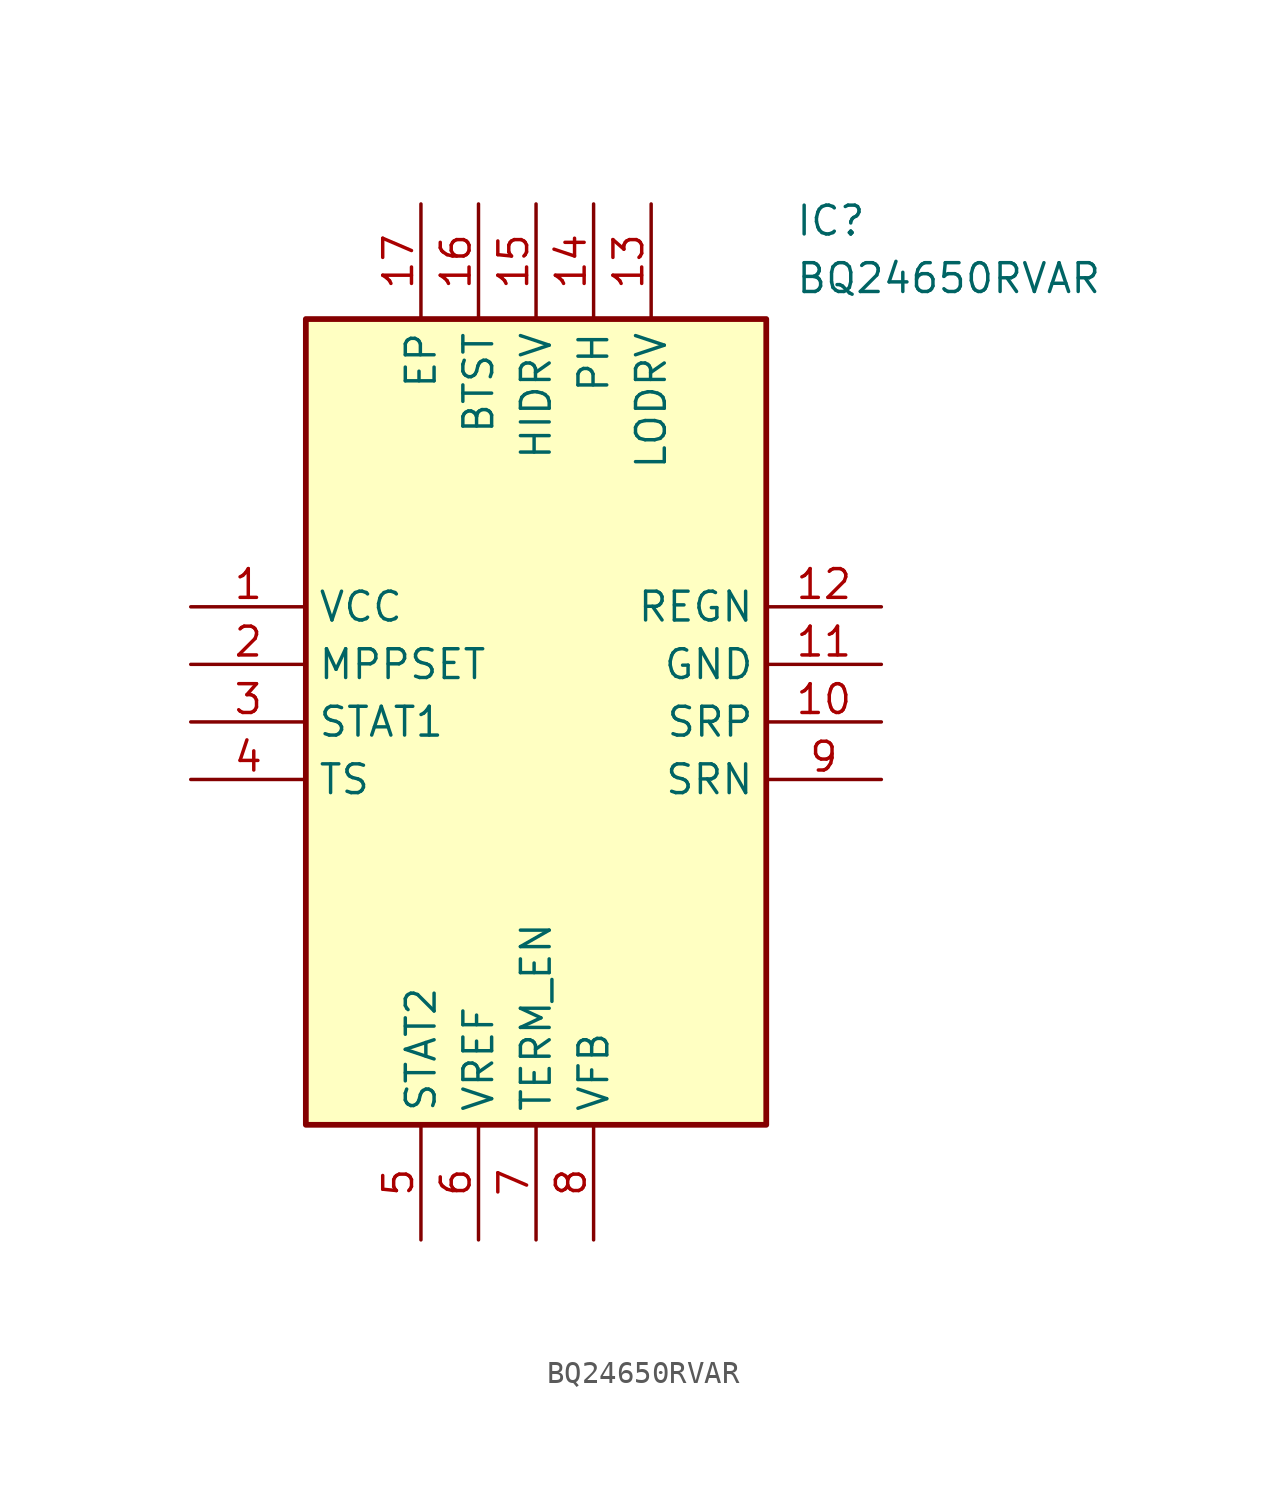
<source format=kicad_sym>
(kicad_symbol_lib
  (version 20211014)
  (generator SamacSys_ECAD_Model)
  (symbol "BQ24650RVAR"
    (property "Reference" "IC"
      (at 26.67 17.78 0)
      (effects (font (size 1.27 1.27)) (justify left top)))
    (property "Value" "BQ24650RVAR"
      (at 26.67 15.24 0)
      (effects (font (size 1.27 1.27)) (justify left top)))
    (rectangle
      (start 5.08 12.7)
      (end 25.4 -22.86)
      (stroke (width 0.254) (type default))
      (fill (type background)))
    (pin passive line
      (at 0 0 0)
      (length 5.08)
      (name "VCC" (effects (font (size 1.27 1.27))))
      (number "1" (effects (font (size 1.27 1.27)))))
    (pin passive line
      (at 0 -2.54 0)
      (length 5.08)
      (name "MPPSET" (effects (font (size 1.27 1.27))))
      (number "2" (effects (font (size 1.27 1.27)))))
    (pin passive line
      (at 0 -5.08 0)
      (length 5.08)
      (name "STAT1" (effects (font (size 1.27 1.27))))
      (number "3" (effects (font (size 1.27 1.27)))))
    (pin passive line
      (at 0 -7.62 0)
      (length 5.08)
      (name "TS" (effects (font (size 1.27 1.27))))
      (number "4" (effects (font (size 1.27 1.27)))))
    (pin passive line
      (at 10.16 -27.94 90)
      (length 5.08)
      (name "STAT2" (effects (font (size 1.27 1.27))))
      (number "5" (effects (font (size 1.27 1.27)))))
    (pin passive line
      (at 12.7 -27.94 90)
      (length 5.08)
      (name "VREF" (effects (font (size 1.27 1.27))))
      (number "6" (effects (font (size 1.27 1.27)))))
    (pin passive line
      (at 15.24 -27.94 90)
      (length 5.08)
      (name "TERM_EN" (effects (font (size 1.27 1.27))))
      (number "7" (effects (font (size 1.27 1.27)))))
    (pin passive line
      (at 17.78 -27.94 90)
      (length 5.08)
      (name "VFB" (effects (font (size 1.27 1.27))))
      (number "8" (effects (font (size 1.27 1.27)))))
    (pin passive line
      (at 30.48 0 180)
      (length 5.08)
      (name "REGN" (effects (font (size 1.27 1.27))))
      (number "12" (effects (font (size 1.27 1.27)))))
    (pin passive line
      (at 30.48 -2.54 180)
      (length 5.08)
      (name "GND" (effects (font (size 1.27 1.27))))
      (number "11" (effects (font (size 1.27 1.27)))))
    (pin passive line
      (at 30.48 -5.08 180)
      (length 5.08)
      (name "SRP" (effects (font (size 1.27 1.27))))
      (number "10" (effects (font (size 1.27 1.27)))))
    (pin passive line
      (at 30.48 -7.62 180)
      (length 5.08)
      (name "SRN" (effects (font (size 1.27 1.27))))
      (number "9" (effects (font (size 1.27 1.27)))))
    (pin passive line
      (at 10.16 17.78 270)
      (length 5.08)
      (name "EP" (effects (font (size 1.27 1.27))))
      (number "17" (effects (font (size 1.27 1.27)))))
    (pin passive line
      (at 12.7 17.78 270)
      (length 5.08)
      (name "BTST" (effects (font (size 1.27 1.27))))
      (number "16" (effects (font (size 1.27 1.27)))))
    (pin passive line
      (at 15.24 17.78 270)
      (length 5.08)
      (name "HIDRV" (effects (font (size 1.27 1.27))))
      (number "15" (effects (font (size 1.27 1.27)))))
    (pin passive line
      (at 17.78 17.78 270)
      (length 5.08)
      (name "PH" (effects (font (size 1.27 1.27))))
      (number "14" (effects (font (size 1.27 1.27)))))
    (pin passive line
      (at 20.32 17.78 270)
      (length 5.08)
      (name "LODRV" (effects (font (size 1.27 1.27))))
      (number "13" (effects (font (size 1.27 1.27)))))))
</source>
